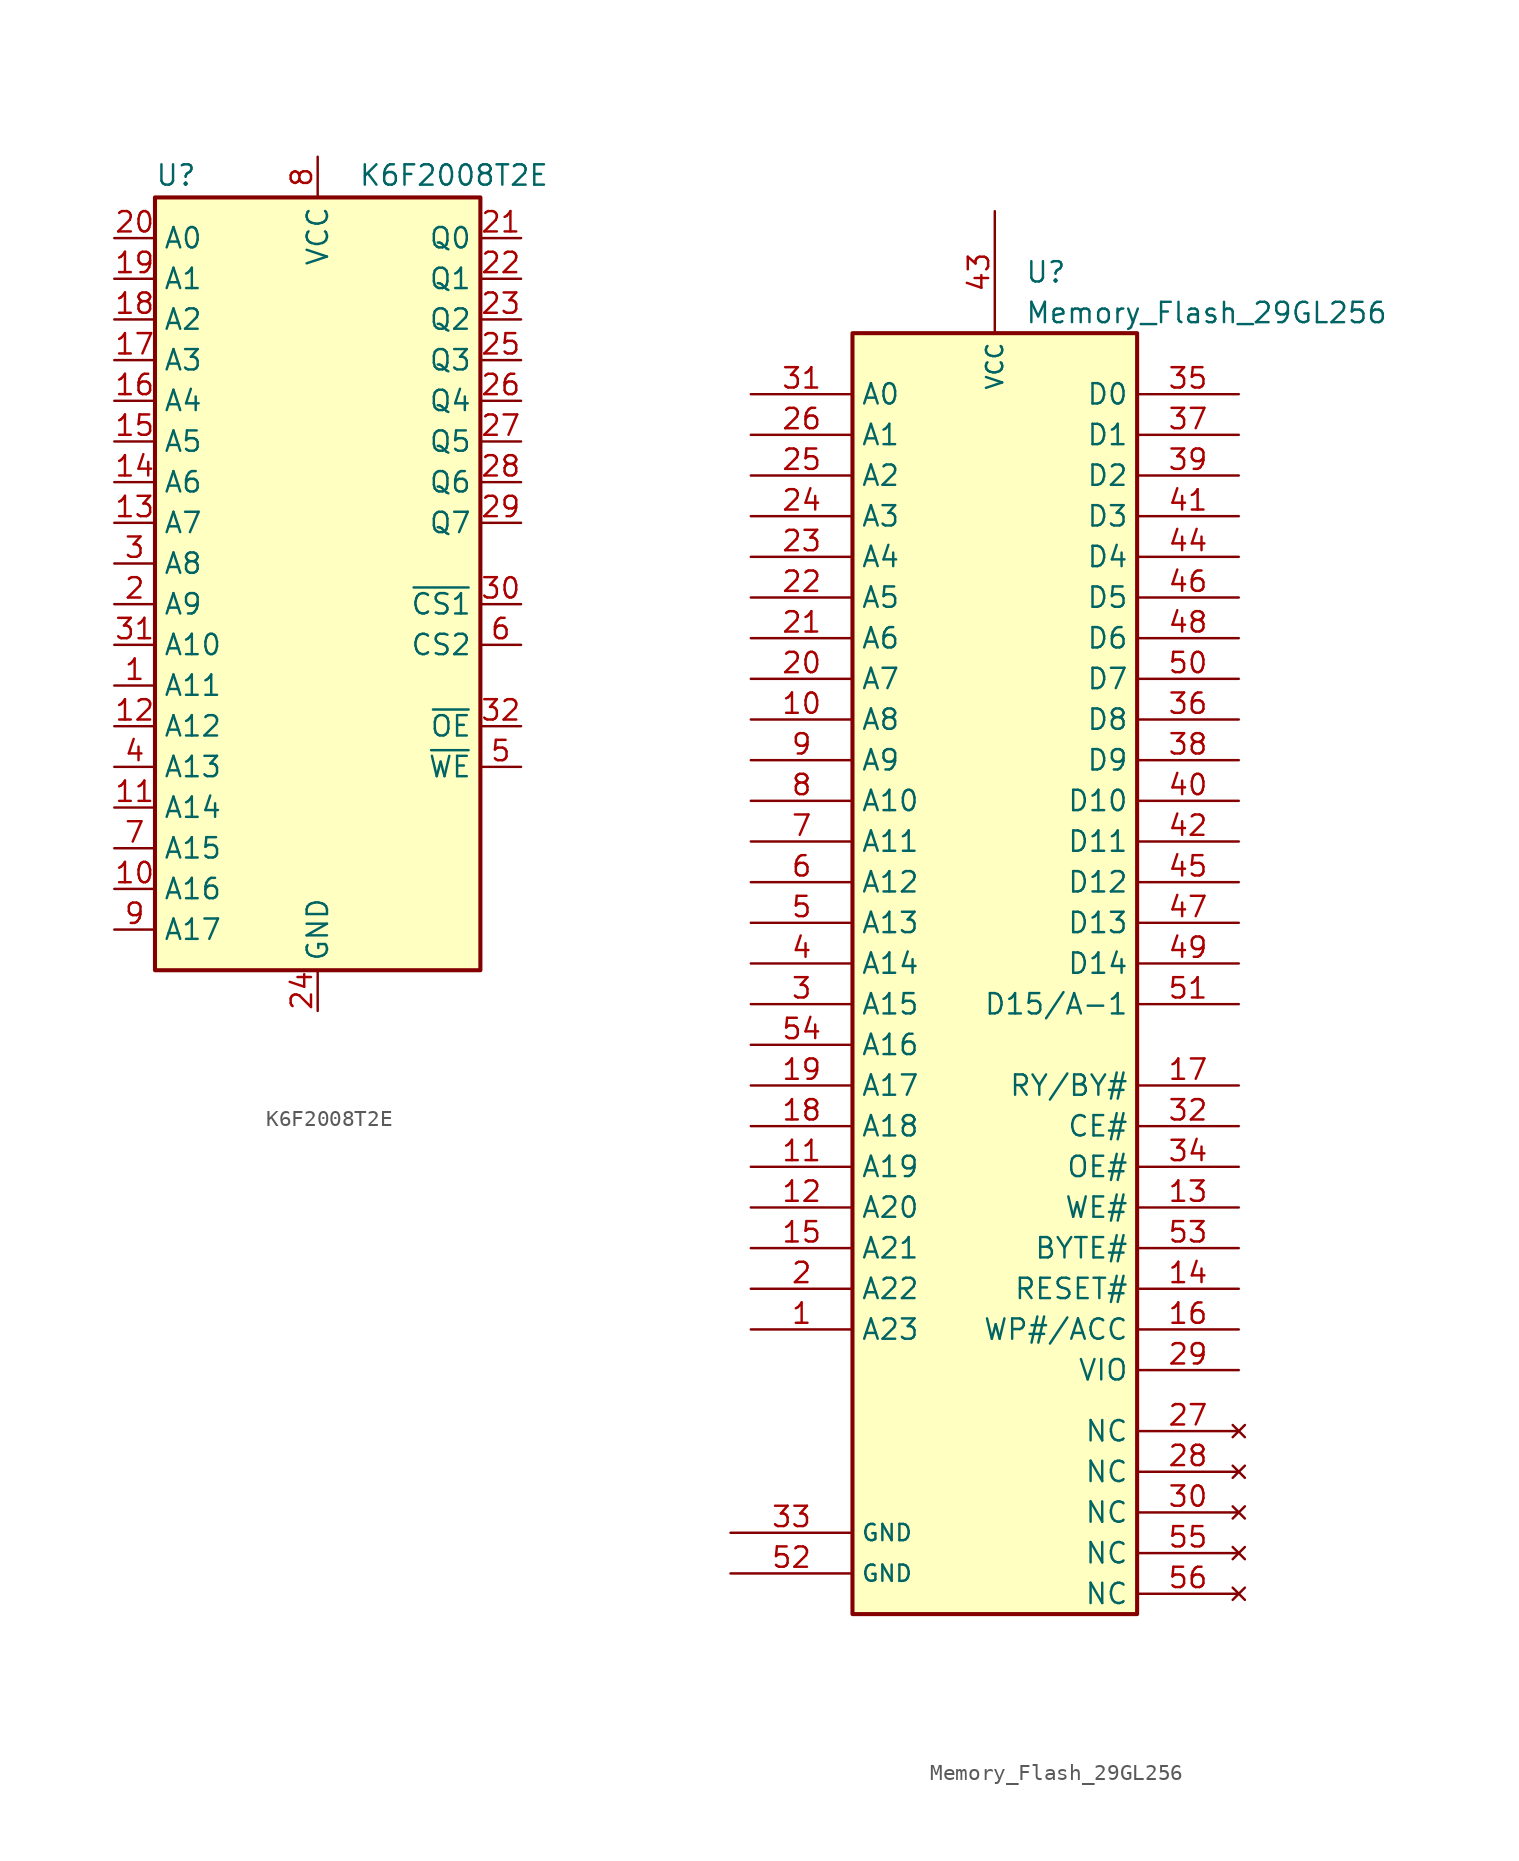
<source format=kicad_sym>
(kicad_symbol_lib
  (version 20231120)
  (generator "kicad_symbol_editor")
  (generator_version "8.0")
  (symbol "K6F2008T2E"
    (property "Reference" "U"
      (at -10.16 20.955 0)
      (effects (font (size 1.27 1.27)) (justify left bottom)))
    (property "Value" "K6F2008T2E"
      (at 2.54 20.955 0)
      (effects (font (size 1.27 1.27)) (justify left bottom)))
    (symbol "K6F2008T2E_0_1"
      (rectangle (start -10.16 20.32) (end 10.16 -27.94) (stroke (width 0.254) (type default)) (fill (type background))))
    (symbol "K6F2008T2E_1_0"
      (pin power_in line (at 0 -30.48 90) (length 2.54) (name "GND" (effects (font (size 1.27 1.27)))) (number "24" (effects (font (size 1.27 1.27)))))
      (pin power_in line (at 0 22.86 270) (length 2.54) (name "VCC" (effects (font (size 1.27 1.27)))) (number "8" (effects (font (size 1.27 1.27))))))
    (symbol "K6F2008T2E_1_1"
      (pin input line (at -12.7 -10.16 0) (length 2.54) (name "A11" (effects (font (size 1.27 1.27)))) (number "1" (effects (font (size 1.27 1.27)))))
      (pin input line (at -12.7 -22.86 0) (length 2.54) (name "A16" (effects (font (size 1.27 1.27)))) (number "10" (effects (font (size 1.27 1.27)))))
      (pin input line (at -12.7 -17.78 0) (length 2.54) (name "A14" (effects (font (size 1.27 1.27)))) (number "11" (effects (font (size 1.27 1.27)))))
      (pin input line (at -12.7 -12.7 0) (length 2.54) (name "A12" (effects (font (size 1.27 1.27)))) (number "12" (effects (font (size 1.27 1.27)))))
      (pin input line (at -12.7 0 0) (length 2.54) (name "A7" (effects (font (size 1.27 1.27)))) (number "13" (effects (font (size 1.27 1.27)))))
      (pin input line (at -12.7 2.54 0) (length 2.54) (name "A6" (effects (font (size 1.27 1.27)))) (number "14" (effects (font (size 1.27 1.27)))))
      (pin input line (at -12.7 5.08 0) (length 2.54) (name "A5" (effects (font (size 1.27 1.27)))) (number "15" (effects (font (size 1.27 1.27)))))
      (pin input line (at -12.7 7.62 0) (length 2.54) (name "A4" (effects (font (size 1.27 1.27)))) (number "16" (effects (font (size 1.27 1.27)))))
      (pin input line (at -12.7 10.16 0) (length 2.54) (name "A3" (effects (font (size 1.27 1.27)))) (number "17" (effects (font (size 1.27 1.27)))))
      (pin input line (at -12.7 12.7 0) (length 2.54) (name "A2" (effects (font (size 1.27 1.27)))) (number "18" (effects (font (size 1.27 1.27)))))
      (pin input line (at -12.7 15.24 0) (length 2.54) (name "A1" (effects (font (size 1.27 1.27)))) (number "19" (effects (font (size 1.27 1.27)))))
      (pin input line (at -12.7 -5.08 0) (length 2.54) (name "A9" (effects (font (size 1.27 1.27)))) (number "2" (effects (font (size 1.27 1.27)))))
      (pin input line (at -12.7 17.78 0) (length 2.54) (name "A0" (effects (font (size 1.27 1.27)))) (number "20" (effects (font (size 1.27 1.27)))))
      (pin tri_state line (at 12.7 17.78 180) (length 2.54) (name "Q0" (effects (font (size 1.27 1.27)))) (number "21" (effects (font (size 1.27 1.27)))))
      (pin tri_state line (at 12.7 15.24 180) (length 2.54) (name "Q1" (effects (font (size 1.27 1.27)))) (number "22" (effects (font (size 1.27 1.27)))))
      (pin tri_state line (at 12.7 12.7 180) (length 2.54) (name "Q2" (effects (font (size 1.27 1.27)))) (number "23" (effects (font (size 1.27 1.27)))))
      (pin tri_state line (at 12.7 10.16 180) (length 2.54) (name "Q3" (effects (font (size 1.27 1.27)))) (number "25" (effects (font (size 1.27 1.27)))))
      (pin tri_state line (at 12.7 7.62 180) (length 2.54) (name "Q4" (effects (font (size 1.27 1.27)))) (number "26" (effects (font (size 1.27 1.27)))))
      (pin tri_state line (at 12.7 5.08 180) (length 2.54) (name "Q5" (effects (font (size 1.27 1.27)))) (number "27" (effects (font (size 1.27 1.27)))))
      (pin tri_state line (at 12.7 2.54 180) (length 2.54) (name "Q6" (effects (font (size 1.27 1.27)))) (number "28" (effects (font (size 1.27 1.27)))))
      (pin tri_state line (at 12.7 0 180) (length 2.54) (name "Q7" (effects (font (size 1.27 1.27)))) (number "29" (effects (font (size 1.27 1.27)))))
      (pin input line (at -12.7 -2.54 0) (length 2.54) (name "A8" (effects (font (size 1.27 1.27)))) (number "3" (effects (font (size 1.27 1.27)))))
      (pin input line (at 12.7 -5.08 180) (length 2.54) (name "~{CS1}" (effects (font (size 1.27 1.27)))) (number "30" (effects (font (size 1.27 1.27)))))
      (pin input line (at -12.7 -7.62 0) (length 2.54) (name "A10" (effects (font (size 1.27 1.27)))) (number "31" (effects (font (size 1.27 1.27)))))
      (pin input line (at 12.7 -12.7 180) (length 2.54) (name "~{OE}" (effects (font (size 1.27 1.27)))) (number "32" (effects (font (size 1.27 1.27)))))
      (pin input line (at -12.7 -15.24 0) (length 2.54) (name "A13" (effects (font (size 1.27 1.27)))) (number "4" (effects (font (size 1.27 1.27)))))
      (pin input line (at 12.7 -15.24 180) (length 2.54) (name "~{WE}" (effects (font (size 1.27 1.27)))) (number "5" (effects (font (size 1.27 1.27)))))
      (pin input line (at 12.7 -7.62 180) (length 2.54) (name "CS2" (effects (font (size 1.27 1.27)))) (number "6" (effects (font (size 1.27 1.27)))))
      (pin input line (at -12.7 -20.32 0) (length 2.54) (name "A15" (effects (font (size 1.27 1.27)))) (number "7" (effects (font (size 1.27 1.27)))))
      (pin input line (at -12.7 -25.4 0) (length 2.54) (name "A17" (effects (font (size 1.27 1.27)))) (number "9" (effects (font (size 1.27 1.27)))))))
  (symbol "Memory_Flash_29GL256"
    (property "Reference" "U"
      (at 1.88 33.02 0)
      (effects (font (size 1.27 1.27)) (justify left)))
    (property "Value" "Memory_Flash_29GL256"
      (at 1.88 30.48 0)
      (effects (font (size 1.27 1.27)) (justify left)))
    (symbol "Memory_Flash_29GL256_0_1"
      (rectangle (start -8.89 29.21) (end 8.89 -50.8) (stroke (width 0.254) (type default)) (fill (type background))))
    (symbol "Memory_Flash_29GL256_1_1"
      (pin input line (at -15.24 -33.02 0) (length 6.35) (name "A23" (effects (font (size 1.27 1.27)))) (number "1" (effects (font (size 1.27 1.27)))))
      (pin input line (at -15.24 5.08 0) (length 6.35) (name "A8" (effects (font (size 1.27 1.27)))) (number "10" (effects (font (size 1.27 1.27)))))
      (pin input line (at -15.24 -22.86 0) (length 6.35) (name "A19" (effects (font (size 1.27 1.27)))) (number "11" (effects (font (size 1.27 1.27)))))
      (pin input line (at -15.24 -25.4 0) (length 6.35) (name "A20" (effects (font (size 1.27 1.27)))) (number "12" (effects (font (size 1.27 1.27)))))
      (pin input line (at 15.24 -25.4 180) (length 6.35) (name "WE#" (effects (font (size 1.27 1.27)))) (number "13" (effects (font (size 1.27 1.27)))))
      (pin input line (at 15.24 -30.48 180) (length 6.35) (name "RESET#" (effects (font (size 1.27 1.27)))) (number "14" (effects (font (size 1.27 1.27)))))
      (pin input line (at -15.24 -27.94 0) (length 6.35) (name "A21" (effects (font (size 1.27 1.27)))) (number "15" (effects (font (size 1.27 1.27)))))
      (pin input line (at 15.24 -33.02 180) (length 6.35) (name "WP#/ACC" (effects (font (size 1.27 1.27)))) (number "16" (effects (font (size 1.27 1.27)))))
      (pin input line (at 15.24 -17.78 180) (length 6.35) (name "RY/BY#" (effects (font (size 1.27 1.27)))) (number "17" (effects (font (size 1.27 1.27)))))
      (pin input line (at -15.24 -20.32 0) (length 6.35) (name "A18" (effects (font (size 1.27 1.27)))) (number "18" (effects (font (size 1.27 1.27)))))
      (pin input line (at -15.24 -17.78 0) (length 6.35) (name "A17" (effects (font (size 1.27 1.27)))) (number "19" (effects (font (size 1.27 1.27)))))
      (pin input line (at -15.24 -30.48 0) (length 6.35) (name "A22" (effects (font (size 1.27 1.27)))) (number "2" (effects (font (size 1.27 1.27)))))
      (pin input line (at -15.24 7.62 0) (length 6.35) (name "A7" (effects (font (size 1.27 1.27)))) (number "20" (effects (font (size 1.27 1.27)))))
      (pin input line (at -15.24 10.16 0) (length 6.35) (name "A6" (effects (font (size 1.27 1.27)))) (number "21" (effects (font (size 1.27 1.27)))))
      (pin input line (at -15.24 12.7 0) (length 6.35) (name "A5" (effects (font (size 1.27 1.27)))) (number "22" (effects (font (size 1.27 1.27)))))
      (pin input line (at -15.24 15.24 0) (length 6.35) (name "A4" (effects (font (size 1.27 1.27)))) (number "23" (effects (font (size 1.27 1.27)))))
      (pin input line (at -15.24 17.78 0) (length 6.35) (name "A3" (effects (font (size 1.27 1.27)))) (number "24" (effects (font (size 1.27 1.27)))))
      (pin input line (at -15.24 20.32 0) (length 6.35) (name "A2" (effects (font (size 1.27 1.27)))) (number "25" (effects (font (size 1.27 1.27)))))
      (pin input line (at -15.24 22.86 0) (length 6.35) (name "A1" (effects (font (size 1.27 1.27)))) (number "26" (effects (font (size 1.27 1.27)))))
      (pin no_connect line (at 15.24 -39.37 180) (length 6.35) (name "NC" (effects (font (size 1.27 1.27)))) (number "27" (effects (font (size 1.27 1.27)))))
      (pin no_connect line (at 15.24 -41.91 180) (length 6.35) (name "NC" (effects (font (size 1.27 1.27)))) (number "28" (effects (font (size 1.27 1.27)))))
      (pin input line (at 15.24 -35.56 180) (length 6.35) (name "VIO" (effects (font (size 1.27 1.27)))) (number "29" (effects (font (size 1.27 1.27)))))
      (pin input line (at -15.24 -12.7 0) (length 6.35) (name "A15" (effects (font (size 1.27 1.27)))) (number "3" (effects (font (size 1.27 1.27)))))
      (pin no_connect line (at 15.24 -44.45 180) (length 6.35) (name "NC" (effects (font (size 1.27 1.27)))) (number "30" (effects (font (size 1.27 1.27)))))
      (pin input line (at -15.24 25.4 0) (length 6.35) (name "A0" (effects (font (size 1.27 1.27)))) (number "31" (effects (font (size 1.27 1.27)))))
      (pin input line (at 15.24 -20.32 180) (length 6.35) (name "CE#" (effects (font (size 1.27 1.27)))) (number "32" (effects (font (size 1.27 1.27)))))
      (pin power_in line (at -16.51 -45.72 0) (length 7.62) (name "GND" (effects (font (size 1.016 1.016)))) (number "33" (effects (font (size 1.27 1.27)))))
      (pin input line (at 15.24 -22.86 180) (length 6.35) (name "OE#" (effects (font (size 1.27 1.27)))) (number "34" (effects (font (size 1.27 1.27)))))
      (pin bidirectional line (at 15.24 25.4 180) (length 6.35) (name "D0" (effects (font (size 1.27 1.27)))) (number "35" (effects (font (size 1.27 1.27)))))
      (pin bidirectional line (at 15.24 5.08 180) (length 6.35) (name "D8" (effects (font (size 1.27 1.27)))) (number "36" (effects (font (size 1.27 1.27)))))
      (pin bidirectional line (at 15.24 22.86 180) (length 6.35) (name "D1" (effects (font (size 1.27 1.27)))) (number "37" (effects (font (size 1.27 1.27)))))
      (pin bidirectional line (at 15.24 2.54 180) (length 6.35) (name "D9" (effects (font (size 1.27 1.27)))) (number "38" (effects (font (size 1.27 1.27)))))
      (pin bidirectional line (at 15.24 20.32 180) (length 6.35) (name "D2" (effects (font (size 1.27 1.27)))) (number "39" (effects (font (size 1.27 1.27)))))
      (pin input line (at -15.24 -10.16 0) (length 6.35) (name "A14" (effects (font (size 1.27 1.27)))) (number "4" (effects (font (size 1.27 1.27)))))
      (pin bidirectional line (at 15.24 0 180) (length 6.35) (name "D10" (effects (font (size 1.27 1.27)))) (number "40" (effects (font (size 1.27 1.27)))))
      (pin bidirectional line (at 15.24 17.78 180) (length 6.35) (name "D3" (effects (font (size 1.27 1.27)))) (number "41" (effects (font (size 1.27 1.27)))))
      (pin bidirectional line (at 15.24 -2.54 180) (length 6.35) (name "D11" (effects (font (size 1.27 1.27)))) (number "42" (effects (font (size 1.27 1.27)))))
      (pin power_in line (at 0 36.83 270) (length 7.62) (name "VCC" (effects (font (size 1.016 1.016)))) (number "43" (effects (font (size 1.27 1.27)))))
      (pin bidirectional line (at 15.24 15.24 180) (length 6.35) (name "D4" (effects (font (size 1.27 1.27)))) (number "44" (effects (font (size 1.27 1.27)))))
      (pin bidirectional line (at 15.24 -5.08 180) (length 6.35) (name "D12" (effects (font (size 1.27 1.27)))) (number "45" (effects (font (size 1.27 1.27)))))
      (pin bidirectional line (at 15.24 12.7 180) (length 6.35) (name "D5" (effects (font (size 1.27 1.27)))) (number "46" (effects (font (size 1.27 1.27)))))
      (pin bidirectional line (at 15.24 -7.62 180) (length 6.35) (name "D13" (effects (font (size 1.27 1.27)))) (number "47" (effects (font (size 1.27 1.27)))))
      (pin bidirectional line (at 15.24 10.16 180) (length 6.35) (name "D6" (effects (font (size 1.27 1.27)))) (number "48" (effects (font (size 1.27 1.27)))))
      (pin bidirectional line (at 15.24 -10.16 180) (length 6.35) (name "D14" (effects (font (size 1.27 1.27)))) (number "49" (effects (font (size 1.27 1.27)))))
      (pin input line (at -15.24 -7.62 0) (length 6.35) (name "A13" (effects (font (size 1.27 1.27)))) (number "5" (effects (font (size 1.27 1.27)))))
      (pin bidirectional line (at 15.24 7.62 180) (length 6.35) (name "D7" (effects (font (size 1.27 1.27)))) (number "50" (effects (font (size 1.27 1.27)))))
      (pin bidirectional line (at 15.24 -12.7 180) (length 6.35) (name "D15/A-1" (effects (font (size 1.27 1.27)))) (number "51" (effects (font (size 1.27 1.27)))))
      (pin power_in line (at -16.51 -48.26 0) (length 7.62) (name "GND" (effects (font (size 1.016 1.016)))) (number "52" (effects (font (size 1.27 1.27)))))
      (pin input line (at 15.24 -27.94 180) (length 6.35) (name "BYTE#" (effects (font (size 1.27 1.27)))) (number "53" (effects (font (size 1.27 1.27)))))
      (pin input line (at -15.24 -15.24 0) (length 6.35) (name "A16" (effects (font (size 1.27 1.27)))) (number "54" (effects (font (size 1.27 1.27)))))
      (pin no_connect line (at 15.24 -46.99 180) (length 6.35) (name "NC" (effects (font (size 1.27 1.27)))) (number "55" (effects (font (size 1.27 1.27)))))
      (pin no_connect line (at 15.24 -49.53 180) (length 6.35) (name "NC" (effects (font (size 1.27 1.27)))) (number "56" (effects (font (size 1.27 1.27)))))
      (pin input line (at -15.24 -5.08 0) (length 6.35) (name "A12" (effects (font (size 1.27 1.27)))) (number "6" (effects (font (size 1.27 1.27)))))
      (pin input line (at -15.24 -2.54 0) (length 6.35) (name "A11" (effects (font (size 1.27 1.27)))) (number "7" (effects (font (size 1.27 1.27)))))
      (pin input line (at -15.24 0 0) (length 6.35) (name "A10" (effects (font (size 1.27 1.27)))) (number "8" (effects (font (size 1.27 1.27)))))
      (pin input line (at -15.24 2.54 0) (length 6.35) (name "A9" (effects (font (size 1.27 1.27)))) (number "9" (effects (font (size 1.27 1.27))))))))
</source>
